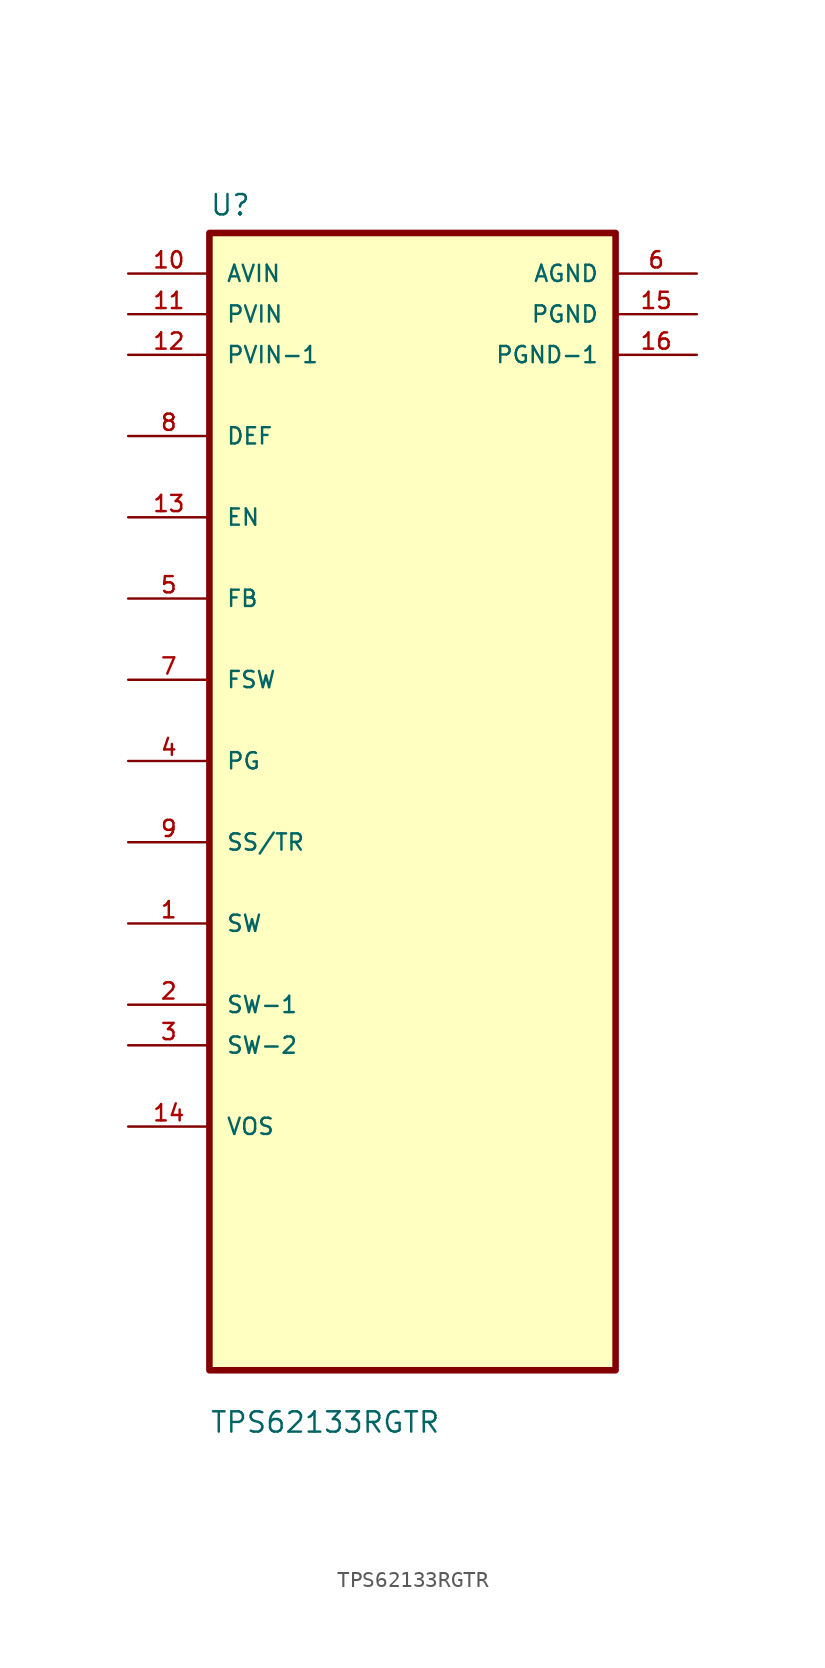
<source format=kicad_sym>
(kicad_symbol_lib
  (version 20211014)
  (generator kicad_symbol_editor)
  (symbol "TPS62133RGTR"
    (pin_names
      (offset 1.016))
    (property "Reference" "U"
      (at -12.7 36.56 0.0)
      (effects (font (size 1.27 1.27)) (justify bottom left)))
    (property "Value" "TPS62133RGTR"
      (at -12.7 -39.56 0.0)
      (effects (font (size 1.27 1.27)) (justify bottom left)))
    (symbol "TPS62133RGTR_0_0"
      (rectangle (start -12.7 -35.56) (end 12.7 35.56) (stroke (width 0.41)) (fill (type background)))
      (pin input line (at -17.78 33.02 0) (length 5.08) (name "AVIN" (effects (font (size 1.016 1.016)))) (number "10" (effects (font (size 1.016 1.016)))))
      (pin input line (at -17.78 30.48 0) (length 5.08) (name "PVIN" (effects (font (size 1.016 1.016)))) (number "11" (effects (font (size 1.016 1.016)))))
      (pin input line (at -17.78 27.94 0) (length 5.08) (name "PVIN-1" (effects (font (size 1.016 1.016)))) (number "12" (effects (font (size 1.016 1.016)))))
      (pin bidirectional line (at -17.78 22.86 0) (length 5.08) (name "DEF" (effects (font (size 1.016 1.016)))) (number "8" (effects (font (size 1.016 1.016)))))
      (pin bidirectional line (at -17.78 17.78 0) (length 5.08) (name "EN" (effects (font (size 1.016 1.016)))) (number "13" (effects (font (size 1.016 1.016)))))
      (pin bidirectional line (at -17.78 12.7 0) (length 5.08) (name "FB" (effects (font (size 1.016 1.016)))) (number "5" (effects (font (size 1.016 1.016)))))
      (pin bidirectional line (at -17.78 7.62 0) (length 5.08) (name "FSW" (effects (font (size 1.016 1.016)))) (number "7" (effects (font (size 1.016 1.016)))))
      (pin bidirectional line (at -17.78 2.54 0) (length 5.08) (name "PG" (effects (font (size 1.016 1.016)))) (number "4" (effects (font (size 1.016 1.016)))))
      (pin bidirectional line (at -17.78 -2.54 0) (length 5.08) (name "SS/TR" (effects (font (size 1.016 1.016)))) (number "9" (effects (font (size 1.016 1.016)))))
      (pin bidirectional line (at -17.78 -7.62 0) (length 5.08) (name "SW" (effects (font (size 1.016 1.016)))) (number "1" (effects (font (size 1.016 1.016)))))
      (pin bidirectional line (at -17.78 -12.7 0) (length 5.08) (name "SW-1" (effects (font (size 1.016 1.016)))) (number "2" (effects (font (size 1.016 1.016)))))
      (pin bidirectional line (at -17.78 -15.24 0) (length 5.08) (name "SW-2" (effects (font (size 1.016 1.016)))) (number "3" (effects (font (size 1.016 1.016)))))
      (pin bidirectional line (at -17.78 -20.32 0) (length 5.08) (name "VOS" (effects (font (size 1.016 1.016)))) (number "14" (effects (font (size 1.016 1.016)))))
      (pin power_in line (at 17.78 33.02 180.0) (length 5.08) (name "AGND" (effects (font (size 1.016 1.016)))) (number "6" (effects (font (size 1.016 1.016)))))
      (pin power_in line (at 17.78 30.48 180.0) (length 5.08) (name "PGND" (effects (font (size 1.016 1.016)))) (number "15" (effects (font (size 1.016 1.016)))))
      (pin power_in line (at 17.78 27.94 180.0) (length 5.08) (name "PGND-1" (effects (font (size 1.016 1.016)))) (number "16" (effects (font (size 1.016 1.016))))))))
</source>
